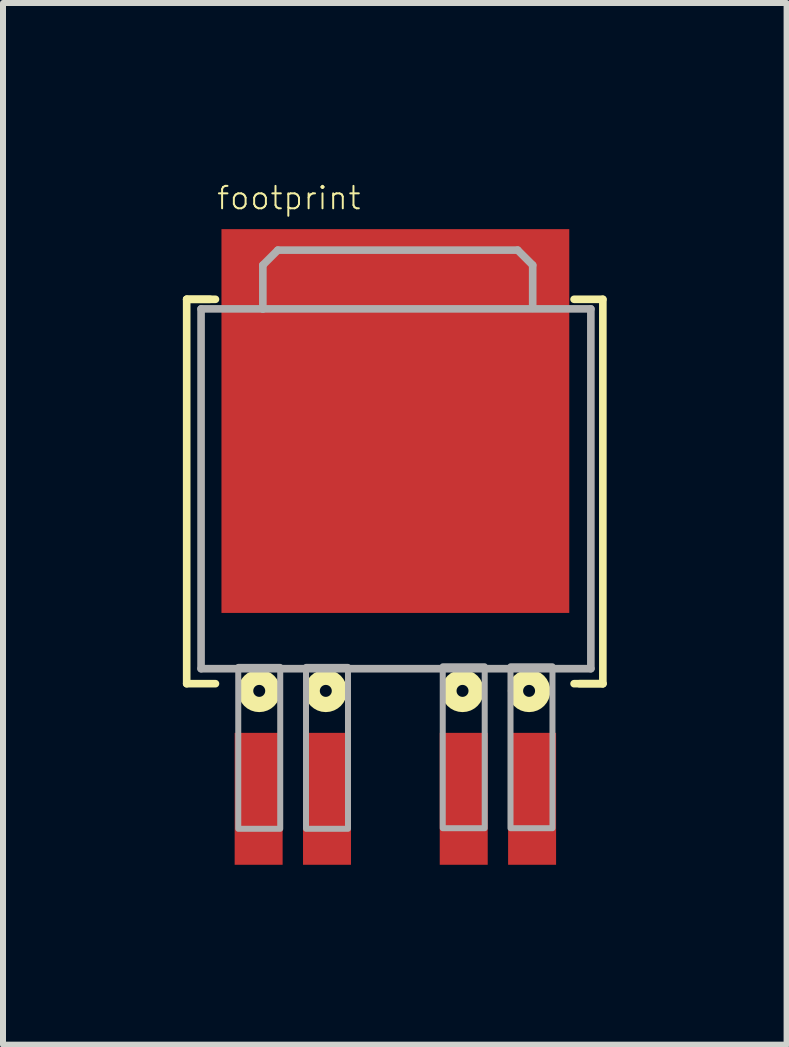
<source format=kicad_pcb>
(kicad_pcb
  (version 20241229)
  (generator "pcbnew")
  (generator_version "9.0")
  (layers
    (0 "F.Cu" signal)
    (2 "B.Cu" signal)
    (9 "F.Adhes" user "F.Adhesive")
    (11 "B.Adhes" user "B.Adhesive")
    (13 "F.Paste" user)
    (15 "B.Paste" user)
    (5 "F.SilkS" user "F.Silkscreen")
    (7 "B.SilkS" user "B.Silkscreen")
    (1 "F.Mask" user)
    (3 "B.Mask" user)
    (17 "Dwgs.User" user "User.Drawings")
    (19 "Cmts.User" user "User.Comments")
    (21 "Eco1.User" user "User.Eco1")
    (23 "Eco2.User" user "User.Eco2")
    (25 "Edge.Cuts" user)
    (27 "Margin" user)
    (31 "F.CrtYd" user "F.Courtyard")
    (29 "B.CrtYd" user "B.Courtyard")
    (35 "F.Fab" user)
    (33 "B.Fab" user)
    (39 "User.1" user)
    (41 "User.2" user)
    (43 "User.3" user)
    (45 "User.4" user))
  (footprint "footprint"
    (layer "F.Cu")
    (at 3.543 4.971)
    (property "Reference" "footprint" (at -3 -4.5 0) (layer "F.SilkS") (effects (font (size 0.374 0.374) (thickness 0.033)) (justify left bottom)))
    (fp_line (start -3.48 -3.03) (end -3.48 3.38) (stroke (width 0.127) (type solid)) (layer "F.SilkS"))
    (fp_line (start -3.48 -3.03) (end -3 -3.03) (stroke (width 0.127) (type solid)) (layer "F.SilkS"))
    (fp_line (start -3.48 3.38) (end -3 3.38) (stroke (width 0.127) (type solid)) (layer "F.SilkS"))
    (fp_line (start -3.09 -3.03) (end -3.48 -3.03) (stroke (width 0.127) (type solid)) (layer "F.SilkS"))
    (fp_line (start 3.07 3.38) (end 3.46 3.38) (stroke (width 0.127) (type solid)) (layer "F.SilkS"))
    (fp_line (start 3.46 -3.03) (end 2.98 -3.03) (stroke (width 0.127) (type solid)) (layer "F.SilkS"))
    (fp_line (start 3.46 3.38) (end 2.98 3.38) (stroke (width 0.127) (type solid)) (layer "F.SilkS"))
    (fp_line (start 3.46 3.38) (end 3.46 -3.03) (stroke (width 0.127) (type solid)) (layer "F.SilkS"))
    (fp_circle (center -2.27 3.5) (end -2.17 3.5) (stroke (width 0.254) (type solid)) (fill no) (layer "F.SilkS"))
    (fp_circle (center -1.16 3.5) (end -1.06 3.5) (stroke (width 0.254) (type solid)) (fill no) (layer "F.SilkS"))
    (fp_circle (center 1.12 3.5) (end 1.22 3.5) (stroke (width 0.254) (type solid)) (fill no) (layer "F.SilkS"))
    (fp_circle (center 2.23 3.5) (end 2.33 3.5) (stroke (width 0.254) (type solid)) (fill no) (layer "F.SilkS"))
    (fp_line (start -3.24 -2.87) (end -3.24 3.13) (stroke (width 0.127) (type solid)) (layer "F.Fab"))
    (fp_line (start -2.21 -3.6) (end -1.96 -3.85) (stroke (width 0.127) (type solid)) (layer "F.Fab"))
    (fp_line (start -2.21 -2.87) (end -3.24 -2.87) (stroke (width 0.127) (type solid)) (layer "F.Fab"))
    (fp_line (start -2.21 -2.87) (end -2.21 -3.6) (stroke (width 0.127) (type solid)) (layer "F.Fab"))
    (fp_line (start 2.04 -3.85) (end -1.96 -3.85) (stroke (width 0.127) (type solid)) (layer "F.Fab"))
    (fp_line (start 2.29 -3.6) (end 2.04 -3.85) (stroke (width 0.127) (type solid)) (layer "F.Fab"))
    (fp_line (start 2.29 -2.88) (end 2.29 -3.6) (stroke (width 0.127) (type solid)) (layer "F.Fab"))
    (fp_line (start 3.26 -2.87) (end -2.21 -2.87) (stroke (width 0.127) (type solid)) (layer "F.Fab"))
    (fp_line (start 3.26 3.13) (end -3.24 3.13) (stroke (width 0.127) (type solid)) (layer "F.Fab"))
    (fp_line (start 3.26 3.13) (end 3.26 -2.87) (stroke (width 0.127) (type solid)) (layer "F.Fab"))
    (fp_poly (pts (xy -2.62 5.8) (xy -1.92 5.8) (xy -1.92 3.1) (xy -2.62 3.1)) (stroke (width 0.1) (type solid)) (fill no) (layer "F.Fab"))
    (fp_poly (pts (xy -1.49 5.8) (xy -0.79 5.8) (xy -0.79 3.1) (xy -1.49 3.1)) (stroke (width 0.1) (type solid)) (fill no) (layer "F.Fab"))
    (fp_poly (pts (xy 0.79 5.79) (xy 1.49 5.79) (xy 1.49 3.09) (xy 0.79 3.09)) (stroke (width 0.1) (type solid)) (fill no) (layer "F.Fab"))
    (fp_poly (pts (xy 1.92 5.79) (xy 2.62 5.79) (xy 2.62 3.09) (xy 1.92 3.09)) (stroke (width 0.1) (type solid)) (fill no) (layer "F.Fab"))
    (pad "ADJ" smd rect (at 2.28 5.3 90) (size 2.2 0.8) (layers "F.Cu" "F.Mask" "F.Paste"))
    (pad "EN" smd rect (at -2.28 5.3 90) (size 2.2 0.8) (layers "F.Cu" "F.Mask" "F.Paste"))
    (pad "GND" smd rect (at 0 -1 90) (size 6.4 5.8) (layers "F.Cu" "F.Mask" "F.Paste"))
    (pad "VIN" smd rect (at -1.14 5.3 90) (size 2.2 0.8) (layers "F.Cu" "F.Mask" "F.Paste"))
    (pad "VOUT" smd rect (at 1.14 5.3 90) (size 2.2 0.8) (layers "F.Cu" "F.Mask" "F.Paste")))
  (gr_rect
    (start -3 -3)
    (end 10.067 14.371)
    (stroke (width 0.1) (type default))
    (fill no)
    (layer "Edge.Cuts")))
</source>
